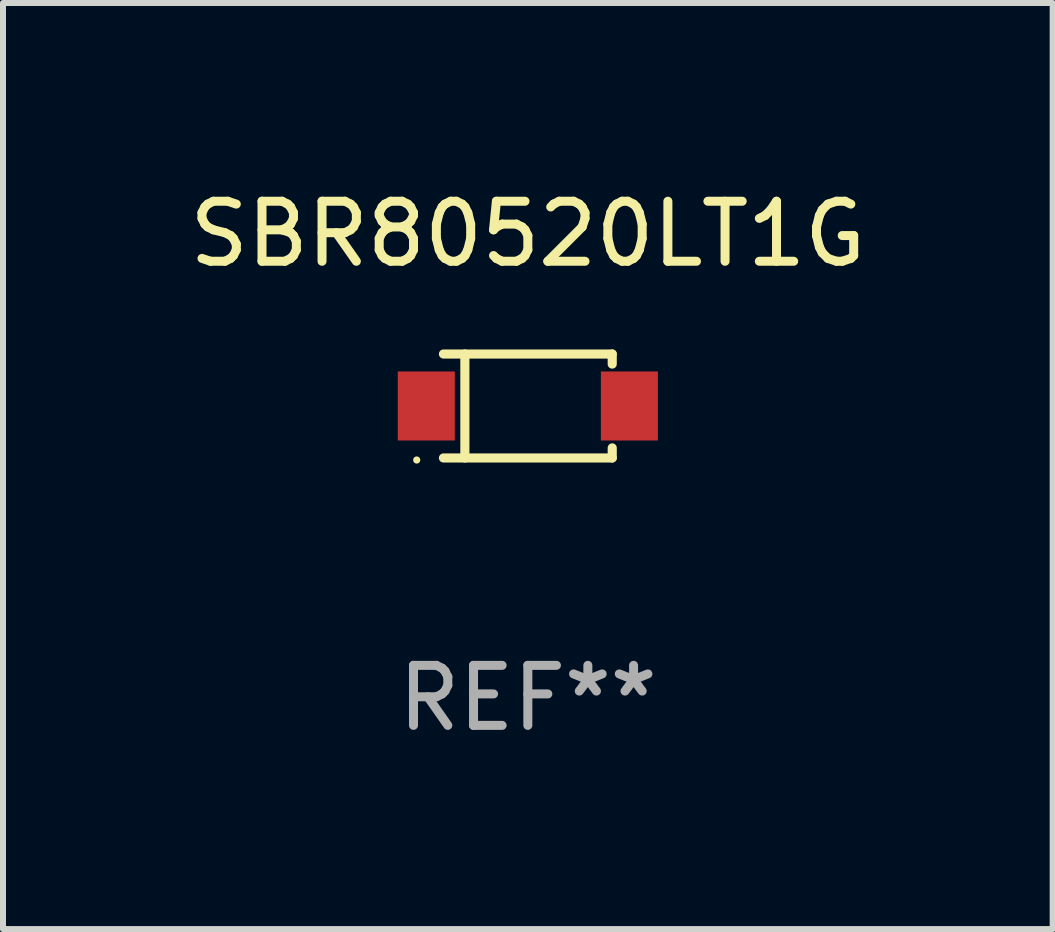
<source format=kicad_pcb>
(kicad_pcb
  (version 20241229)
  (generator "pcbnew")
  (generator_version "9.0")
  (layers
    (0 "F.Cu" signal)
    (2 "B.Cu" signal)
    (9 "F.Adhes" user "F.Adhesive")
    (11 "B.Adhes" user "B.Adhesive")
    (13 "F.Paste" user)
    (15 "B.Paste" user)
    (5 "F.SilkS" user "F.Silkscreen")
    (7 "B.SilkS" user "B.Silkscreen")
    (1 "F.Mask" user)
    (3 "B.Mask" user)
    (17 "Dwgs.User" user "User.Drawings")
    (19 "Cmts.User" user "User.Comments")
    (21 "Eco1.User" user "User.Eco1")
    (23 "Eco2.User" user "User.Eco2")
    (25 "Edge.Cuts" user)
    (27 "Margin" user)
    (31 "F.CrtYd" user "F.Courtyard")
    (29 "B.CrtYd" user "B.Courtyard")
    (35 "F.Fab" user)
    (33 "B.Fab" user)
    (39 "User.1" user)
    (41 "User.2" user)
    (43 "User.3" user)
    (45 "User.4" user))
  (footprint "SBR80520LT1G"
    (layer "F.Cu")
    (at 5.744 3.714)
    (property "Reference" "SBR80520LT1G" (at 0 -2.866 0) (layer "F.SilkS") (effects (font (size 1 1) (thickness 0.15))))
    (attr through_hole)
    (fp_line (start -1.406 -0.866) (end 1.406 -0.866) (stroke (width 0.152) (type solid)) (layer "F.SilkS"))
    (fp_line (start -1.406 0.866) (end 1.406 0.866) (stroke (width 0.152) (type solid)) (layer "F.SilkS"))
    (fp_line (start -1.049 -0.866) (end -1.049 0.866) (stroke (width 0.152) (type solid)) (layer "F.SilkS"))
    (fp_line (start 1.406 -0.866) (end 1.406 -0.698) (stroke (width 0.152) (type solid)) (layer "F.SilkS"))
    (fp_line (start 1.406 0.866) (end 1.406 0.698) (stroke (width 0.152) (type solid)) (layer "F.SilkS"))
    (fp_circle (center -1.851 0.9) (end -1.821 0.9) (stroke (width 0.06) (type solid)) (fill no) (layer "F.SilkS"))
    (fp_text user "REF**" (at 0 4.866 0) (layer "F.Fab") (effects (font (size 1 1) (thickness 0.15))))
    (pad "1" smd rect (at -1.692 0) (size 0.95 1.15) (layers "F.Cu" "F.Mask" "F.Paste"))
    (pad "2" smd rect (at 1.692 0) (size 0.95 1.15) (layers "F.Cu" "F.Mask" "F.Paste")))
  (gr_rect
    (start -3 -3)
    (end 14.488 12.429)
    (stroke (width 0.1) (type default))
    (fill no)
    (layer "Edge.Cuts")))
</source>
